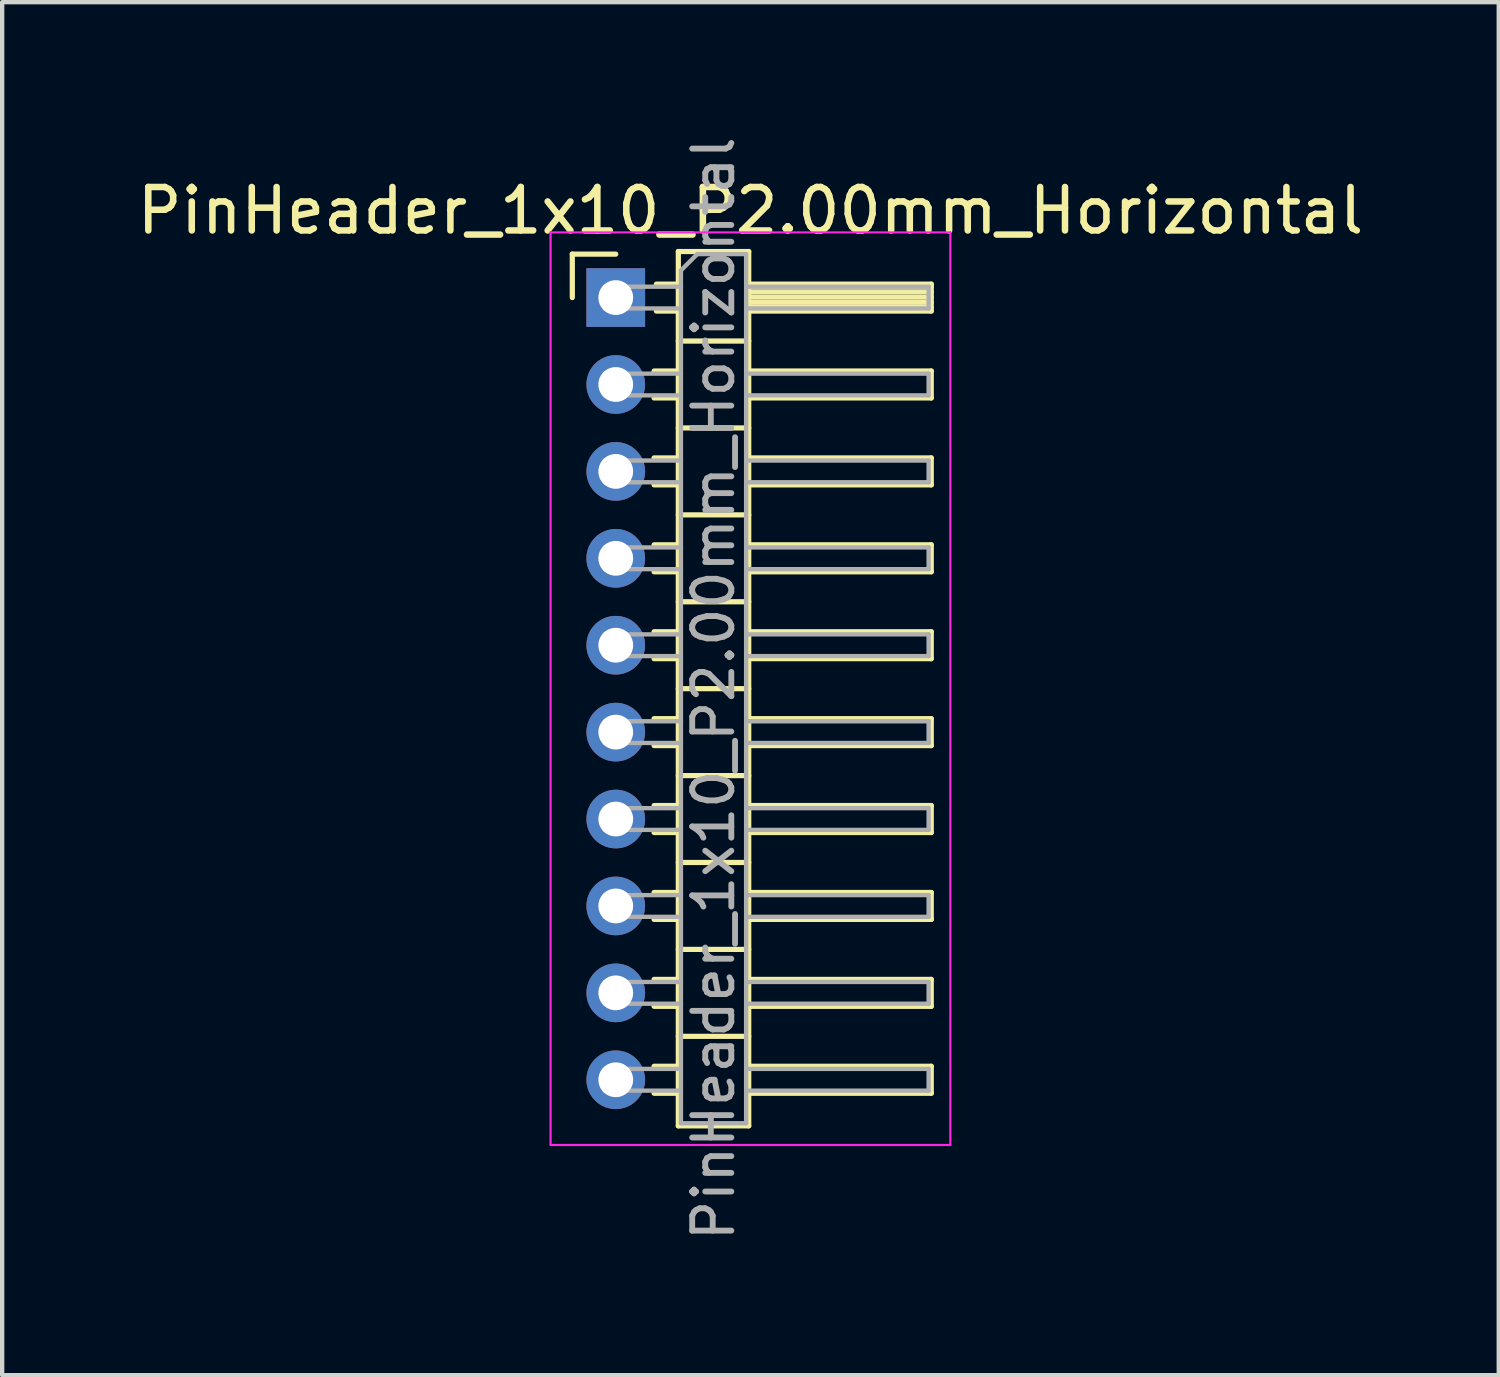
<source format=kicad_pcb>
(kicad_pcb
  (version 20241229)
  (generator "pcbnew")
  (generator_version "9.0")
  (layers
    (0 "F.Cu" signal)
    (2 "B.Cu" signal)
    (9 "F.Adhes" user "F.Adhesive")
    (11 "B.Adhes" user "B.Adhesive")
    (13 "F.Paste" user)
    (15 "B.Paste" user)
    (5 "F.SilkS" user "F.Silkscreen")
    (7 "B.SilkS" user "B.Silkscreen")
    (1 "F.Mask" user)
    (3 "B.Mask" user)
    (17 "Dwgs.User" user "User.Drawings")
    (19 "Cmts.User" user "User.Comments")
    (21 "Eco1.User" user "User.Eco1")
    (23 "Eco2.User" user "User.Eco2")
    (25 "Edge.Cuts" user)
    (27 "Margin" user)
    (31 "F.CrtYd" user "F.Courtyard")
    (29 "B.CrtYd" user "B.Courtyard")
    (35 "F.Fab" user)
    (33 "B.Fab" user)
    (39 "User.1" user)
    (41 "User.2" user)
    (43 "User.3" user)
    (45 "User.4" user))
  (footprint "PinHeader_1x10_P2.00mm_Horizontal"
    (layer "F.Cu")
    (at 11.12 3.798)
    (property "Reference" "PinHeader_1x10_P2.00mm_Horizontal" (at 3.1 -2 0) (layer "F.SilkS") (effects (font (size 1 1) (thickness 0.15))))
    (attr through_hole)
    (fp_line (start -1 -1) (end 0 -1) (stroke (width 0.12) (type solid)) (layer "F.SilkS"))
    (fp_line (start -1 0) (end -1 -1) (stroke (width 0.12) (type solid)) (layer "F.SilkS"))
    (fp_line (start 0.882 1.69) (end 1.44 1.69) (stroke (width 0.12) (type solid)) (layer "F.SilkS"))
    (fp_line (start 0.882 2.31) (end 1.44 2.31) (stroke (width 0.12) (type solid)) (layer "F.SilkS"))
    (fp_line (start 0.882 3.69) (end 1.44 3.69) (stroke (width 0.12) (type solid)) (layer "F.SilkS"))
    (fp_line (start 0.882 4.31) (end 1.44 4.31) (stroke (width 0.12) (type solid)) (layer "F.SilkS"))
    (fp_line (start 0.882 5.69) (end 1.44 5.69) (stroke (width 0.12) (type solid)) (layer "F.SilkS"))
    (fp_line (start 0.882 6.31) (end 1.44 6.31) (stroke (width 0.12) (type solid)) (layer "F.SilkS"))
    (fp_line (start 0.882 7.69) (end 1.44 7.69) (stroke (width 0.12) (type solid)) (layer "F.SilkS"))
    (fp_line (start 0.882 8.31) (end 1.44 8.31) (stroke (width 0.12) (type solid)) (layer "F.SilkS"))
    (fp_line (start 0.882 9.69) (end 1.44 9.69) (stroke (width 0.12) (type solid)) (layer "F.SilkS"))
    (fp_line (start 0.882 10.31) (end 1.44 10.31) (stroke (width 0.12) (type solid)) (layer "F.SilkS"))
    (fp_line (start 0.882 11.69) (end 1.44 11.69) (stroke (width 0.12) (type solid)) (layer "F.SilkS"))
    (fp_line (start 0.882 12.31) (end 1.44 12.31) (stroke (width 0.12) (type solid)) (layer "F.SilkS"))
    (fp_line (start 0.882 13.69) (end 1.44 13.69) (stroke (width 0.12) (type solid)) (layer "F.SilkS"))
    (fp_line (start 0.882 14.31) (end 1.44 14.31) (stroke (width 0.12) (type solid)) (layer "F.SilkS"))
    (fp_line (start 0.882 15.69) (end 1.44 15.69) (stroke (width 0.12) (type solid)) (layer "F.SilkS"))
    (fp_line (start 0.882 16.31) (end 1.44 16.31) (stroke (width 0.12) (type solid)) (layer "F.SilkS"))
    (fp_line (start 0.882 17.69) (end 1.44 17.69) (stroke (width 0.12) (type solid)) (layer "F.SilkS"))
    (fp_line (start 0.882 18.31) (end 1.44 18.31) (stroke (width 0.12) (type solid)) (layer "F.SilkS"))
    (fp_line (start 0.935 -0.31) (end 1.44 -0.31) (stroke (width 0.12) (type solid)) (layer "F.SilkS"))
    (fp_line (start 0.935 0.31) (end 1.44 0.31) (stroke (width 0.12) (type solid)) (layer "F.SilkS"))
    (fp_line (start 1.44 -1.06) (end 1.44 19.06) (stroke (width 0.12) (type solid)) (layer "F.SilkS"))
    (fp_line (start 1.44 1) (end 3.06 1) (stroke (width 0.12) (type solid)) (layer "F.SilkS"))
    (fp_line (start 1.44 3) (end 3.06 3) (stroke (width 0.12) (type solid)) (layer "F.SilkS"))
    (fp_line (start 1.44 5) (end 3.06 5) (stroke (width 0.12) (type solid)) (layer "F.SilkS"))
    (fp_line (start 1.44 7) (end 3.06 7) (stroke (width 0.12) (type solid)) (layer "F.SilkS"))
    (fp_line (start 1.44 9) (end 3.06 9) (stroke (width 0.12) (type solid)) (layer "F.SilkS"))
    (fp_line (start 1.44 11) (end 3.06 11) (stroke (width 0.12) (type solid)) (layer "F.SilkS"))
    (fp_line (start 1.44 13) (end 3.06 13) (stroke (width 0.12) (type solid)) (layer "F.SilkS"))
    (fp_line (start 1.44 15) (end 3.06 15) (stroke (width 0.12) (type solid)) (layer "F.SilkS"))
    (fp_line (start 1.44 17) (end 3.06 17) (stroke (width 0.12) (type solid)) (layer "F.SilkS"))
    (fp_line (start 1.44 19.06) (end 3.06 19.06) (stroke (width 0.12) (type solid)) (layer "F.SilkS"))
    (fp_line (start 3.06 -1.06) (end 1.44 -1.06) (stroke (width 0.12) (type solid)) (layer "F.SilkS"))
    (fp_line (start 3.06 -0.31) (end 7.26 -0.31) (stroke (width 0.12) (type solid)) (layer "F.SilkS"))
    (fp_line (start 3.06 -0.25) (end 7.26 -0.25) (stroke (width 0.12) (type solid)) (layer "F.SilkS"))
    (fp_line (start 3.06 -0.13) (end 7.26 -0.13) (stroke (width 0.12) (type solid)) (layer "F.SilkS"))
    (fp_line (start 3.06 -0.01) (end 7.26 -0.01) (stroke (width 0.12) (type solid)) (layer "F.SilkS"))
    (fp_line (start 3.06 0.11) (end 7.26 0.11) (stroke (width 0.12) (type solid)) (layer "F.SilkS"))
    (fp_line (start 3.06 0.23) (end 7.26 0.23) (stroke (width 0.12) (type solid)) (layer "F.SilkS"))
    (fp_line (start 3.06 1.69) (end 7.26 1.69) (stroke (width 0.12) (type solid)) (layer "F.SilkS"))
    (fp_line (start 3.06 3.69) (end 7.26 3.69) (stroke (width 0.12) (type solid)) (layer "F.SilkS"))
    (fp_line (start 3.06 5.69) (end 7.26 5.69) (stroke (width 0.12) (type solid)) (layer "F.SilkS"))
    (fp_line (start 3.06 7.69) (end 7.26 7.69) (stroke (width 0.12) (type solid)) (layer "F.SilkS"))
    (fp_line (start 3.06 9.69) (end 7.26 9.69) (stroke (width 0.12) (type solid)) (layer "F.SilkS"))
    (fp_line (start 3.06 11.69) (end 7.26 11.69) (stroke (width 0.12) (type solid)) (layer "F.SilkS"))
    (fp_line (start 3.06 13.69) (end 7.26 13.69) (stroke (width 0.12) (type solid)) (layer "F.SilkS"))
    (fp_line (start 3.06 15.69) (end 7.26 15.69) (stroke (width 0.12) (type solid)) (layer "F.SilkS"))
    (fp_line (start 3.06 17.69) (end 7.26 17.69) (stroke (width 0.12) (type solid)) (layer "F.SilkS"))
    (fp_line (start 3.06 19.06) (end 3.06 -1.06) (stroke (width 0.12) (type solid)) (layer "F.SilkS"))
    (fp_line (start 7.26 -0.31) (end 7.26 0.31) (stroke (width 0.12) (type solid)) (layer "F.SilkS"))
    (fp_line (start 7.26 0.31) (end 3.06 0.31) (stroke (width 0.12) (type solid)) (layer "F.SilkS"))
    (fp_line (start 7.26 1.69) (end 7.26 2.31) (stroke (width 0.12) (type solid)) (layer "F.SilkS"))
    (fp_line (start 7.26 2.31) (end 3.06 2.31) (stroke (width 0.12) (type solid)) (layer "F.SilkS"))
    (fp_line (start 7.26 3.69) (end 7.26 4.31) (stroke (width 0.12) (type solid)) (layer "F.SilkS"))
    (fp_line (start 7.26 4.31) (end 3.06 4.31) (stroke (width 0.12) (type solid)) (layer "F.SilkS"))
    (fp_line (start 7.26 5.69) (end 7.26 6.31) (stroke (width 0.12) (type solid)) (layer "F.SilkS"))
    (fp_line (start 7.26 6.31) (end 3.06 6.31) (stroke (width 0.12) (type solid)) (layer "F.SilkS"))
    (fp_line (start 7.26 7.69) (end 7.26 8.31) (stroke (width 0.12) (type solid)) (layer "F.SilkS"))
    (fp_line (start 7.26 8.31) (end 3.06 8.31) (stroke (width 0.12) (type solid)) (layer "F.SilkS"))
    (fp_line (start 7.26 9.69) (end 7.26 10.31) (stroke (width 0.12) (type solid)) (layer "F.SilkS"))
    (fp_line (start 7.26 10.31) (end 3.06 10.31) (stroke (width 0.12) (type solid)) (layer "F.SilkS"))
    (fp_line (start 7.26 11.69) (end 7.26 12.31) (stroke (width 0.12) (type solid)) (layer "F.SilkS"))
    (fp_line (start 7.26 12.31) (end 3.06 12.31) (stroke (width 0.12) (type solid)) (layer "F.SilkS"))
    (fp_line (start 7.26 13.69) (end 7.26 14.31) (stroke (width 0.12) (type solid)) (layer "F.SilkS"))
    (fp_line (start 7.26 14.31) (end 3.06 14.31) (stroke (width 0.12) (type solid)) (layer "F.SilkS"))
    (fp_line (start 7.26 15.69) (end 7.26 16.31) (stroke (width 0.12) (type solid)) (layer "F.SilkS"))
    (fp_line (start 7.26 16.31) (end 3.06 16.31) (stroke (width 0.12) (type solid)) (layer "F.SilkS"))
    (fp_line (start 7.26 17.69) (end 7.26 18.31) (stroke (width 0.12) (type solid)) (layer "F.SilkS"))
    (fp_line (start 7.26 18.31) (end 3.06 18.31) (stroke (width 0.12) (type solid)) (layer "F.SilkS"))
    (fp_line (start -1.5 -1.5) (end -1.5 19.5) (stroke (width 0.05) (type solid)) (layer "F.CrtYd"))
    (fp_line (start -1.5 19.5) (end 7.7 19.5) (stroke (width 0.05) (type solid)) (layer "F.CrtYd"))
    (fp_line (start 7.7 -1.5) (end -1.5 -1.5) (stroke (width 0.05) (type solid)) (layer "F.CrtYd"))
    (fp_line (start 7.7 19.5) (end 7.7 -1.5) (stroke (width 0.05) (type solid)) (layer "F.CrtYd"))
    (fp_line (start -0.25 -0.25) (end -0.25 0.25) (stroke (width 0.1) (type solid)) (layer "F.Fab"))
    (fp_line (start -0.25 -0.25) (end 1.5 -0.25) (stroke (width 0.1) (type solid)) (layer "F.Fab"))
    (fp_line (start -0.25 0.25) (end 1.5 0.25) (stroke (width 0.1) (type solid)) (layer "F.Fab"))
    (fp_line (start -0.25 1.75) (end -0.25 2.25) (stroke (width 0.1) (type solid)) (layer "F.Fab"))
    (fp_line (start -0.25 1.75) (end 1.5 1.75) (stroke (width 0.1) (type solid)) (layer "F.Fab"))
    (fp_line (start -0.25 2.25) (end 1.5 2.25) (stroke (width 0.1) (type solid)) (layer "F.Fab"))
    (fp_line (start -0.25 3.75) (end -0.25 4.25) (stroke (width 0.1) (type solid)) (layer "F.Fab"))
    (fp_line (start -0.25 3.75) (end 1.5 3.75) (stroke (width 0.1) (type solid)) (layer "F.Fab"))
    (fp_line (start -0.25 4.25) (end 1.5 4.25) (stroke (width 0.1) (type solid)) (layer "F.Fab"))
    (fp_line (start -0.25 5.75) (end -0.25 6.25) (stroke (width 0.1) (type solid)) (layer "F.Fab"))
    (fp_line (start -0.25 5.75) (end 1.5 5.75) (stroke (width 0.1) (type solid)) (layer "F.Fab"))
    (fp_line (start -0.25 6.25) (end 1.5 6.25) (stroke (width 0.1) (type solid)) (layer "F.Fab"))
    (fp_line (start -0.25 7.75) (end -0.25 8.25) (stroke (width 0.1) (type solid)) (layer "F.Fab"))
    (fp_line (start -0.25 7.75) (end 1.5 7.75) (stroke (width 0.1) (type solid)) (layer "F.Fab"))
    (fp_line (start -0.25 8.25) (end 1.5 8.25) (stroke (width 0.1) (type solid)) (layer "F.Fab"))
    (fp_line (start -0.25 9.75) (end -0.25 10.25) (stroke (width 0.1) (type solid)) (layer "F.Fab"))
    (fp_line (start -0.25 9.75) (end 1.5 9.75) (stroke (width 0.1) (type solid)) (layer "F.Fab"))
    (fp_line (start -0.25 10.25) (end 1.5 10.25) (stroke (width 0.1) (type solid)) (layer "F.Fab"))
    (fp_line (start -0.25 11.75) (end -0.25 12.25) (stroke (width 0.1) (type solid)) (layer "F.Fab"))
    (fp_line (start -0.25 11.75) (end 1.5 11.75) (stroke (width 0.1) (type solid)) (layer "F.Fab"))
    (fp_line (start -0.25 12.25) (end 1.5 12.25) (stroke (width 0.1) (type solid)) (layer "F.Fab"))
    (fp_line (start -0.25 13.75) (end -0.25 14.25) (stroke (width 0.1) (type solid)) (layer "F.Fab"))
    (fp_line (start -0.25 13.75) (end 1.5 13.75) (stroke (width 0.1) (type solid)) (layer "F.Fab"))
    (fp_line (start -0.25 14.25) (end 1.5 14.25) (stroke (width 0.1) (type solid)) (layer "F.Fab"))
    (fp_line (start -0.25 15.75) (end -0.25 16.25) (stroke (width 0.1) (type solid)) (layer "F.Fab"))
    (fp_line (start -0.25 15.75) (end 1.5 15.75) (stroke (width 0.1) (type solid)) (layer "F.Fab"))
    (fp_line (start -0.25 16.25) (end 1.5 16.25) (stroke (width 0.1) (type solid)) (layer "F.Fab"))
    (fp_line (start -0.25 17.75) (end -0.25 18.25) (stroke (width 0.1) (type solid)) (layer "F.Fab"))
    (fp_line (start -0.25 17.75) (end 1.5 17.75) (stroke (width 0.1) (type solid)) (layer "F.Fab"))
    (fp_line (start -0.25 18.25) (end 1.5 18.25) (stroke (width 0.1) (type solid)) (layer "F.Fab"))
    (fp_line (start 1.5 -0.625) (end 1.875 -1) (stroke (width 0.1) (type solid)) (layer "F.Fab"))
    (fp_line (start 1.5 19) (end 1.5 -0.625) (stroke (width 0.1) (type solid)) (layer "F.Fab"))
    (fp_line (start 1.875 -1) (end 3 -1) (stroke (width 0.1) (type solid)) (layer "F.Fab"))
    (fp_line (start 3 -1) (end 3 19) (stroke (width 0.1) (type solid)) (layer "F.Fab"))
    (fp_line (start 3 -0.25) (end 7.2 -0.25) (stroke (width 0.1) (type solid)) (layer "F.Fab"))
    (fp_line (start 3 0.25) (end 7.2 0.25) (stroke (width 0.1) (type solid)) (layer "F.Fab"))
    (fp_line (start 3 1.75) (end 7.2 1.75) (stroke (width 0.1) (type solid)) (layer "F.Fab"))
    (fp_line (start 3 2.25) (end 7.2 2.25) (stroke (width 0.1) (type solid)) (layer "F.Fab"))
    (fp_line (start 3 3.75) (end 7.2 3.75) (stroke (width 0.1) (type solid)) (layer "F.Fab"))
    (fp_line (start 3 4.25) (end 7.2 4.25) (stroke (width 0.1) (type solid)) (layer "F.Fab"))
    (fp_line (start 3 5.75) (end 7.2 5.75) (stroke (width 0.1) (type solid)) (layer "F.Fab"))
    (fp_line (start 3 6.25) (end 7.2 6.25) (stroke (width 0.1) (type solid)) (layer "F.Fab"))
    (fp_line (start 3 7.75) (end 7.2 7.75) (stroke (width 0.1) (type solid)) (layer "F.Fab"))
    (fp_line (start 3 8.25) (end 7.2 8.25) (stroke (width 0.1) (type solid)) (layer "F.Fab"))
    (fp_line (start 3 9.75) (end 7.2 9.75) (stroke (width 0.1) (type solid)) (layer "F.Fab"))
    (fp_line (start 3 10.25) (end 7.2 10.25) (stroke (width 0.1) (type solid)) (layer "F.Fab"))
    (fp_line (start 3 11.75) (end 7.2 11.75) (stroke (width 0.1) (type solid)) (layer "F.Fab"))
    (fp_line (start 3 12.25) (end 7.2 12.25) (stroke (width 0.1) (type solid)) (layer "F.Fab"))
    (fp_line (start 3 13.75) (end 7.2 13.75) (stroke (width 0.1) (type solid)) (layer "F.Fab"))
    (fp_line (start 3 14.25) (end 7.2 14.25) (stroke (width 0.1) (type solid)) (layer "F.Fab"))
    (fp_line (start 3 15.75) (end 7.2 15.75) (stroke (width 0.1) (type solid)) (layer "F.Fab"))
    (fp_line (start 3 16.25) (end 7.2 16.25) (stroke (width 0.1) (type solid)) (layer "F.Fab"))
    (fp_line (start 3 17.75) (end 7.2 17.75) (stroke (width 0.1) (type solid)) (layer "F.Fab"))
    (fp_line (start 3 18.25) (end 7.2 18.25) (stroke (width 0.1) (type solid)) (layer "F.Fab"))
    (fp_line (start 3 19) (end 1.5 19) (stroke (width 0.1) (type solid)) (layer "F.Fab"))
    (fp_line (start 7.2 -0.25) (end 7.2 0.25) (stroke (width 0.1) (type solid)) (layer "F.Fab"))
    (fp_line (start 7.2 1.75) (end 7.2 2.25) (stroke (width 0.1) (type solid)) (layer "F.Fab"))
    (fp_line (start 7.2 3.75) (end 7.2 4.25) (stroke (width 0.1) (type solid)) (layer "F.Fab"))
    (fp_line (start 7.2 5.75) (end 7.2 6.25) (stroke (width 0.1) (type solid)) (layer "F.Fab"))
    (fp_line (start 7.2 7.75) (end 7.2 8.25) (stroke (width 0.1) (type solid)) (layer "F.Fab"))
    (fp_line (start 7.2 9.75) (end 7.2 10.25) (stroke (width 0.1) (type solid)) (layer "F.Fab"))
    (fp_line (start 7.2 11.75) (end 7.2 12.25) (stroke (width 0.1) (type solid)) (layer "F.Fab"))
    (fp_line (start 7.2 13.75) (end 7.2 14.25) (stroke (width 0.1) (type solid)) (layer "F.Fab"))
    (fp_line (start 7.2 15.75) (end 7.2 16.25) (stroke (width 0.1) (type solid)) (layer "F.Fab"))
    (fp_line (start 7.2 17.75) (end 7.2 18.25) (stroke (width 0.1) (type solid)) (layer "F.Fab"))
    (fp_text user "${REFERENCE}" (at 2.25 9 90) (layer "F.Fab") (effects (font (size 0.9 0.9) (thickness 0.135))))
    (pad "1" thru_hole rect (at 0 0) (size 1.35 1.35) (drill 0.8) (layers "*.Cu" "*.Mask"))
    (pad "2" thru_hole oval (at 0 2) (size 1.35 1.35) (drill 0.8) (layers "*.Cu" "*.Mask"))
    (pad "3" thru_hole oval (at 0 4) (size 1.35 1.35) (drill 0.8) (layers "*.Cu" "*.Mask"))
    (pad "4" thru_hole oval (at 0 6) (size 1.35 1.35) (drill 0.8) (layers "*.Cu" "*.Mask"))
    (pad "5" thru_hole oval (at 0 8) (size 1.35 1.35) (drill 0.8) (layers "*.Cu" "*.Mask"))
    (pad "6" thru_hole oval (at 0 10) (size 1.35 1.35) (drill 0.8) (layers "*.Cu" "*.Mask"))
    (pad "7" thru_hole oval (at 0 12) (size 1.35 1.35) (drill 0.8) (layers "*.Cu" "*.Mask"))
    (pad "8" thru_hole oval (at 0 14) (size 1.35 1.35) (drill 0.8) (layers "*.Cu" "*.Mask"))
    (pad "9" thru_hole oval (at 0 16) (size 1.35 1.35) (drill 0.8) (layers "*.Cu" "*.Mask"))
    (pad "10" thru_hole oval (at 0 18) (size 1.35 1.35) (drill 0.8) (layers "*.Cu" "*.Mask")))
  (gr_rect
    (start -3 -3)
    (end 31.44 28.596)
    (stroke (width 0.1) (type default))
    (fill no)
    (layer "Edge.Cuts")))
</source>
